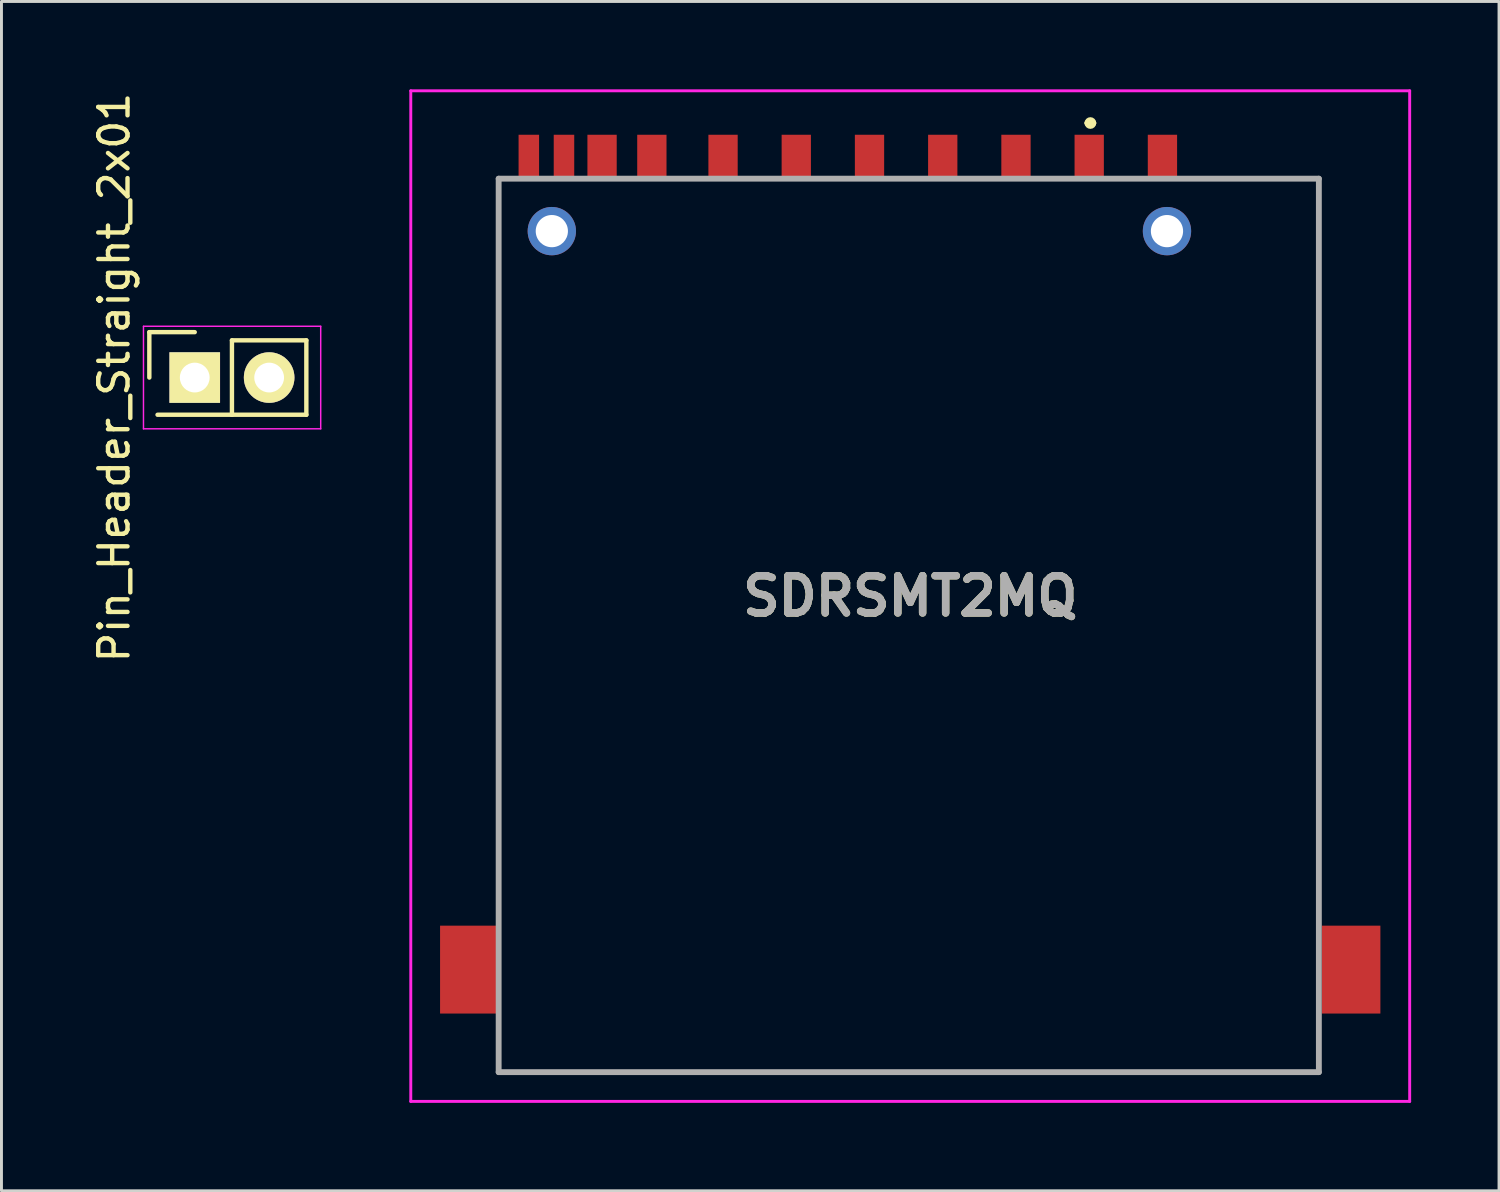
<source format=kicad_pcb>
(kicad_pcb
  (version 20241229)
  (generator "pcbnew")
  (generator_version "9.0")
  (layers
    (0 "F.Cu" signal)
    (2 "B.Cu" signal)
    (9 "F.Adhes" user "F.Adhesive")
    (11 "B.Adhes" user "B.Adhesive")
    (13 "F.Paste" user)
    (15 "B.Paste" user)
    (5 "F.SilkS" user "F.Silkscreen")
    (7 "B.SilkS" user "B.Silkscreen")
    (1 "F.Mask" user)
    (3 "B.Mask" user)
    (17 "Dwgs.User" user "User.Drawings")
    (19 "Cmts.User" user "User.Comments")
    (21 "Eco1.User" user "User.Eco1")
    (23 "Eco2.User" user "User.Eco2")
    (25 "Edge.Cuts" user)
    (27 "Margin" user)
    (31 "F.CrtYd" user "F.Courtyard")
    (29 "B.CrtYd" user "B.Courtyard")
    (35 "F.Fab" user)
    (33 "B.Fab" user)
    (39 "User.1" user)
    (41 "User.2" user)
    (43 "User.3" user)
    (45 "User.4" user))
  (footprint "SDRSMT2MQ"
    (layer "F.Cu")
    (at 28.023 17.3)
    (property "Reference" "SDRSMT2MQ" (at 0 0 0) (layer "F.SilkS") (effects (font (size 1.27 1.27) (thickness 0.254))))
    (attr through_hole)
    (fp_line (start -14.052 16.25) (end 13.95 16.25) (stroke (width 0.1) (type solid)) (layer "F.SilkS"))
    (fp_line (start -14.05 -14.25) (end -14.05 10.75) (stroke (width 0.1) (type solid)) (layer "F.SilkS"))
    (fp_line (start -14.05 14.75) (end -14.052 16.25) (stroke (width 0.1) (type solid)) (layer "F.SilkS"))
    (fp_line (start 6.05 -16.15) (end 6.05 -16.15) (stroke (width 0.2) (type solid)) (layer "F.SilkS"))
    (fp_line (start 6.25 -16.15) (end 6.25 -16.15) (stroke (width 0.2) (type solid)) (layer "F.SilkS"))
    (fp_line (start 13.95 -14.25) (end 9.95 -14.245) (stroke (width 0.1) (type solid)) (layer "F.SilkS"))
    (fp_line (start 13.95 10.75) (end 13.95 -14.25) (stroke (width 0.1) (type solid)) (layer "F.SilkS"))
    (fp_line (start 13.95 16.25) (end 13.95 14.75) (stroke (width 0.1) (type solid)) (layer "F.SilkS"))
    (fp_arc (start 6.05 -16.15) (mid 6.15 -16.25) (end 6.25 -16.15) (stroke (width 0.2) (type solid)) (layer "F.SilkS"))
    (fp_arc (start 6.25 -16.15) (mid 6.15 -16.05) (end 6.05 -16.15) (stroke (width 0.2) (type solid)) (layer "F.SilkS"))
    (fp_line (start -17.05 -17.25) (end 17.05 -17.25) (stroke (width 0.1) (type solid)) (layer "F.CrtYd"))
    (fp_line (start -17.05 17.25) (end -17.05 -17.25) (stroke (width 0.1) (type solid)) (layer "F.CrtYd"))
    (fp_line (start 17.05 -17.25) (end 17.05 17.25) (stroke (width 0.1) (type solid)) (layer "F.CrtYd"))
    (fp_line (start 17.05 17.25) (end -17.05 17.25) (stroke (width 0.1) (type solid)) (layer "F.CrtYd"))
    (fp_line (start -14.05 -14.25) (end 13.95 -14.25) (stroke (width 0.2) (type solid)) (layer "F.Fab"))
    (fp_line (start -14.05 16.25) (end -14.05 -14.25) (stroke (width 0.2) (type solid)) (layer "F.Fab"))
    (fp_line (start 13.95 -14.25) (end 13.95 16.25) (stroke (width 0.2) (type solid)) (layer "F.Fab"))
    (fp_line (start 13.95 16.25) (end -14.05 16.25) (stroke (width 0.2) (type solid)) (layer "F.Fab"))
    (fp_text user "${REFERENCE}" (at 0 0 0) (layer "F.Fab") (effects (font (size 1.27 1.27) (thickness 0.254))))
    (pad "1" smd rect (at 6.11 -15) (size 1 1.5) (layers "F.Cu" "F.Mask" "F.Paste"))
    (pad "2" smd rect (at 3.61 -15) (size 1 1.5) (layers "F.Cu" "F.Mask" "F.Paste"))
    (pad "3" smd rect (at 1.11 -15) (size 1 1.5) (layers "F.Cu" "F.Mask" "F.Paste"))
    (pad "4" smd rect (at -1.39 -15) (size 1 1.5) (layers "F.Cu" "F.Mask" "F.Paste"))
    (pad "5" smd rect (at -3.89 -15) (size 1 1.5) (layers "F.Cu" "F.Mask" "F.Paste"))
    (pad "6" smd rect (at -6.39 -15) (size 1 1.5) (layers "F.Cu" "F.Mask" "F.Paste"))
    (pad "7" smd rect (at -8.82 -15) (size 1 1.5) (layers "F.Cu" "F.Mask" "F.Paste"))
    (pad "8" smd rect (at -10.52 -15) (size 1 1.5) (layers "F.Cu" "F.Mask" "F.Paste"))
    (pad "9" smd rect (at 8.61 -15) (size 1 1.5) (layers "F.Cu" "F.Mask" "F.Paste"))
    (pad "10" smd rect (at -11.82 -15) (size 0.7 1.5) (layers "F.Cu" "F.Mask" "F.Paste"))
    (pad "11" smd rect (at -13.02 -15) (size 0.7 1.5) (layers "F.Cu" "F.Mask" "F.Paste"))
    (pad "12" smd rect (at -15.05 12.75) (size 2 3) (layers "F.Cu" "F.Mask" "F.Paste"))
    (pad "13" smd rect (at 15.05 12.75) (size 2 3) (layers "F.Cu" "F.Mask" "F.Paste"))
    (pad "14" thru_hole circle (at -12.235 -12.46) (size 1.65 1.65) (drill 1.1) (layers "*.Cu" "*.Mask"))
    (pad "15" thru_hole circle (at 8.765 -12.46) (size 1.65 1.65) (drill 1.1) (layers "*.Cu" "*.Mask")))
  (footprint "Pin_Header_Straight_2x01"
    (placed yes)
    (layer "F.Cu")
    (at 3.598 9.839)
    (property "Reference" "Pin_Header_Straight_2x01" (at -2.75 0 270) (layer "F.SilkS") (effects (font (size 1 1) (thickness 0.15))))
    (attr through_hole)
    (fp_line (start -1.55 0) (end -1.55 -1.55) (stroke (width 0.15) (type solid)) (layer "F.SilkS"))
    (fp_line (start -1.27 1.27) (end 1.27 1.27) (stroke (width 0.15) (type solid)) (layer "F.SilkS"))
    (fp_line (start 0 -1.55) (end -1.55 -1.55) (stroke (width 0.15) (type solid)) (layer "F.SilkS"))
    (fp_line (start 1.27 -1.27) (end 1.27 1.27) (stroke (width 0.15) (type solid)) (layer "F.SilkS"))
    (fp_line (start 1.27 1.27) (end 3.81 1.27) (stroke (width 0.15) (type solid)) (layer "F.SilkS"))
    (fp_line (start 3.81 -1.27) (end 1.27 -1.27) (stroke (width 0.15) (type solid)) (layer "F.SilkS"))
    (fp_line (start 3.81 1.27) (end 3.81 -1.27) (stroke (width 0.15) (type solid)) (layer "F.SilkS"))
    (fp_line (start -1.75 -1.75) (end -1.75 1.75) (stroke (width 0.05) (type solid)) (layer "F.CrtYd"))
    (fp_line (start -1.75 -1.75) (end 4.3 -1.75) (stroke (width 0.05) (type solid)) (layer "F.CrtYd"))
    (fp_line (start -1.75 1.75) (end 4.3 1.75) (stroke (width 0.05) (type solid)) (layer "F.CrtYd"))
    (fp_line (start 4.3 -1.75) (end 4.3 1.75) (stroke (width 0.05) (type solid)) (layer "F.CrtYd"))
    (pad "1" thru_hole rect (at 0 0) (size 1.727 1.727) (drill 1.016) (layers "*.Cu" "*.Mask" "F.SilkS"))
    (pad "2" thru_hole oval (at 2.54 0) (size 1.727 1.727) (drill 1.016) (layers "*.Cu" "*.Mask" "F.SilkS")))
  (gr_rect
    (start -3 -3)
    (end 48.123 37.6)
    (stroke (width 0.1) (type default))
    (fill no)
    (layer "Edge.Cuts")))
</source>
